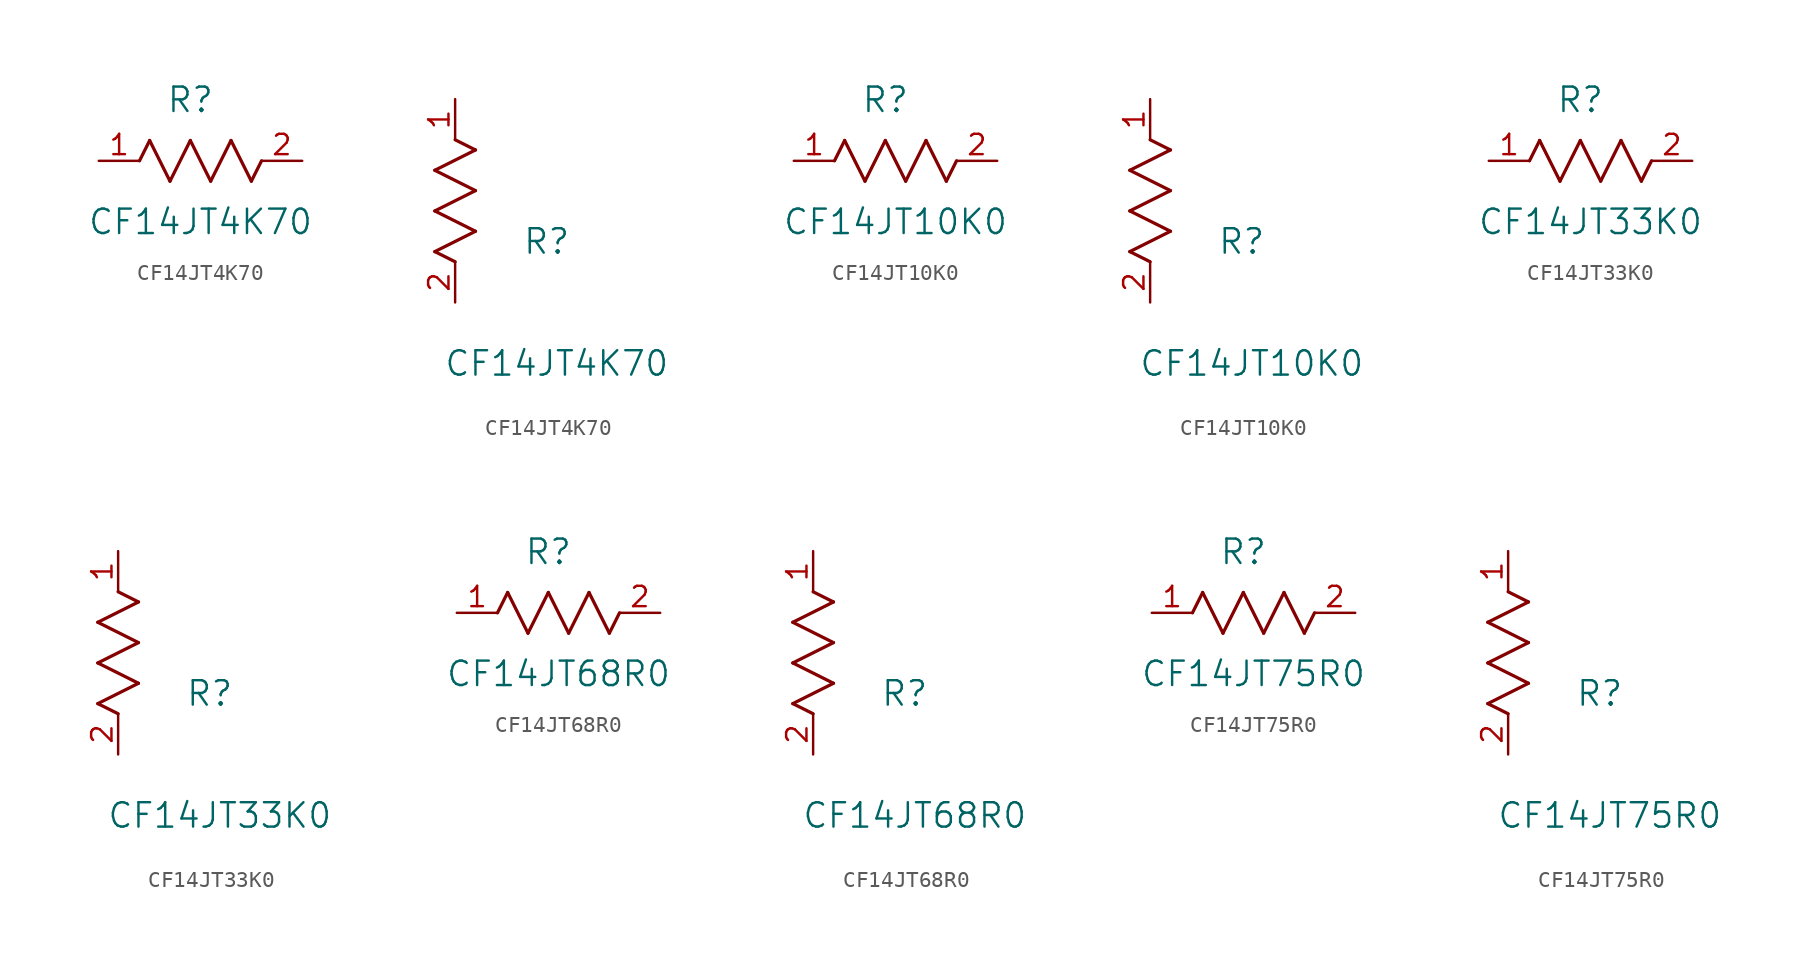
<source format=kicad_sym>
(kicad_symbol_lib
  (version 20211014)
  (generator SamacSys_ECAD_Model)
  (symbol "CF14JT4K70"
    (pin_names
      (offset 0.254))
    (property "Reference" "R"
      (at 5.715 3.81 0)
      (effects (font (size 1.524 1.524))))
    (property "Value" "CF14JT4K70"
      (at 6.35 -3.81 0)
      (effects (font (size 1.524 1.524))))
    (property "ki_locked" ""
      (at 0 0 0)
      (effects (font (size 1.27 1.27))))
    (symbol "CF14JT4K70_1_1"
      (polyline (pts (xy 2.54 0) (xy 3.175 1.27)) (stroke (width 0.203) (type default)) (fill (type none)))
      (polyline (pts (xy 3.175 1.27) (xy 4.445 -1.27)) (stroke (width 0.203) (type default)) (fill (type none)))
      (polyline (pts (xy 4.445 -1.27) (xy 5.715 1.27)) (stroke (width 0.203) (type default)) (fill (type none)))
      (polyline (pts (xy 5.715 1.27) (xy 6.985 -1.27)) (stroke (width 0.203) (type default)) (fill (type none)))
      (polyline (pts (xy 6.985 -1.27) (xy 8.255 1.27)) (stroke (width 0.203) (type default)) (fill (type none)))
      (polyline (pts (xy 8.255 1.27) (xy 9.525 -1.27)) (stroke (width 0.203) (type default)) (fill (type none)))
      (polyline (pts (xy 9.525 -1.27) (xy 10.16 0)) (stroke (width 0.203) (type default)) (fill (type none)))
      (pin unspecified line (at 0 0 0) (length 2.54) (name "" (effects (font (size 1.27 1.27)))) (number "1" (effects (font (size 1.27 1.27)))))
      (pin unspecified line (at 12.7 0 180) (length 2.54) (name "" (effects (font (size 1.27 1.27)))) (number "2" (effects (font (size 1.27 1.27))))))
    (symbol "CF14JT4K70_1_2"
      (polyline (pts (xy -1.27 8.255) (xy 1.27 9.525)) (stroke (width 0.203) (type default)) (fill (type none)))
      (polyline (pts (xy -1.27 5.715) (xy 1.27 6.985)) (stroke (width 0.203) (type default)) (fill (type none)))
      (polyline (pts (xy -1.27 3.175) (xy 1.27 4.445)) (stroke (width 0.203) (type default)) (fill (type none)))
      (polyline (pts (xy 0 2.54) (xy -1.27 3.175)) (stroke (width 0.203) (type default)) (fill (type none)))
      (polyline (pts (xy 1.27 9.525) (xy 0 10.16)) (stroke (width 0.203) (type default)) (fill (type none)))
      (polyline (pts (xy 1.27 6.985) (xy -1.27 8.255)) (stroke (width 0.203) (type default)) (fill (type none)))
      (polyline (pts (xy 1.27 4.445) (xy -1.27 5.715)) (stroke (width 0.203) (type default)) (fill (type none)))
      (pin unspecified line (at 0 12.7 270) (length 2.54) (name "" (effects (font (size 1.27 1.27)))) (number "1" (effects (font (size 1.27 1.27)))))
      (pin unspecified line (at 0 0 90) (length 2.54) (name "" (effects (font (size 1.27 1.27)))) (number "2" (effects (font (size 1.27 1.27)))))))
  (symbol "CF14JT10K0"
    (pin_names
      (offset 0.254))
    (property "Reference" "R"
      (at 5.715 3.81 0)
      (effects (font (size 1.524 1.524))))
    (property "Value" "CF14JT10K0"
      (at 6.35 -3.81 0)
      (effects (font (size 1.524 1.524))))
    (property "ki_locked" ""
      (at 0 0 0)
      (effects (font (size 1.27 1.27))))
    (symbol "CF14JT10K0_1_1"
      (polyline (pts (xy 2.54 0) (xy 3.175 1.27)) (stroke (width 0.203) (type default)) (fill (type none)))
      (polyline (pts (xy 3.175 1.27) (xy 4.445 -1.27)) (stroke (width 0.203) (type default)) (fill (type none)))
      (polyline (pts (xy 4.445 -1.27) (xy 5.715 1.27)) (stroke (width 0.203) (type default)) (fill (type none)))
      (polyline (pts (xy 5.715 1.27) (xy 6.985 -1.27)) (stroke (width 0.203) (type default)) (fill (type none)))
      (polyline (pts (xy 6.985 -1.27) (xy 8.255 1.27)) (stroke (width 0.203) (type default)) (fill (type none)))
      (polyline (pts (xy 8.255 1.27) (xy 9.525 -1.27)) (stroke (width 0.203) (type default)) (fill (type none)))
      (polyline (pts (xy 9.525 -1.27) (xy 10.16 0)) (stroke (width 0.203) (type default)) (fill (type none)))
      (pin unspecified line (at 0 0 0) (length 2.54) (name "" (effects (font (size 1.27 1.27)))) (number "1" (effects (font (size 1.27 1.27)))))
      (pin unspecified line (at 12.7 0 180) (length 2.54) (name "" (effects (font (size 1.27 1.27)))) (number "2" (effects (font (size 1.27 1.27))))))
    (symbol "CF14JT10K0_1_2"
      (polyline (pts (xy -1.27 8.255) (xy 1.27 9.525)) (stroke (width 0.203) (type default)) (fill (type none)))
      (polyline (pts (xy -1.27 5.715) (xy 1.27 6.985)) (stroke (width 0.203) (type default)) (fill (type none)))
      (polyline (pts (xy -1.27 3.175) (xy 1.27 4.445)) (stroke (width 0.203) (type default)) (fill (type none)))
      (polyline (pts (xy 0 2.54) (xy -1.27 3.175)) (stroke (width 0.203) (type default)) (fill (type none)))
      (polyline (pts (xy 1.27 9.525) (xy 0 10.16)) (stroke (width 0.203) (type default)) (fill (type none)))
      (polyline (pts (xy 1.27 6.985) (xy -1.27 8.255)) (stroke (width 0.203) (type default)) (fill (type none)))
      (polyline (pts (xy 1.27 4.445) (xy -1.27 5.715)) (stroke (width 0.203) (type default)) (fill (type none)))
      (pin unspecified line (at 0 12.7 270) (length 2.54) (name "" (effects (font (size 1.27 1.27)))) (number "1" (effects (font (size 1.27 1.27)))))
      (pin unspecified line (at 0 0 90) (length 2.54) (name "" (effects (font (size 1.27 1.27)))) (number "2" (effects (font (size 1.27 1.27)))))))
  (symbol "CF14JT33K0"
    (pin_names
      (offset 0.254))
    (property "Reference" "R"
      (at 5.715 3.81 0)
      (effects (font (size 1.524 1.524))))
    (property "Value" "CF14JT33K0"
      (at 6.35 -3.81 0)
      (effects (font (size 1.524 1.524))))
    (property "ki_locked" ""
      (at 0 0 0)
      (effects (font (size 1.27 1.27))))
    (symbol "CF14JT33K0_1_1"
      (polyline (pts (xy 2.54 0) (xy 3.175 1.27)) (stroke (width 0.203) (type default)) (fill (type none)))
      (polyline (pts (xy 3.175 1.27) (xy 4.445 -1.27)) (stroke (width 0.203) (type default)) (fill (type none)))
      (polyline (pts (xy 4.445 -1.27) (xy 5.715 1.27)) (stroke (width 0.203) (type default)) (fill (type none)))
      (polyline (pts (xy 5.715 1.27) (xy 6.985 -1.27)) (stroke (width 0.203) (type default)) (fill (type none)))
      (polyline (pts (xy 6.985 -1.27) (xy 8.255 1.27)) (stroke (width 0.203) (type default)) (fill (type none)))
      (polyline (pts (xy 8.255 1.27) (xy 9.525 -1.27)) (stroke (width 0.203) (type default)) (fill (type none)))
      (polyline (pts (xy 9.525 -1.27) (xy 10.16 0)) (stroke (width 0.203) (type default)) (fill (type none)))
      (pin unspecified line (at 0 0 0) (length 2.54) (name "" (effects (font (size 1.27 1.27)))) (number "1" (effects (font (size 1.27 1.27)))))
      (pin unspecified line (at 12.7 0 180) (length 2.54) (name "" (effects (font (size 1.27 1.27)))) (number "2" (effects (font (size 1.27 1.27))))))
    (symbol "CF14JT33K0_1_2"
      (polyline (pts (xy -1.27 8.255) (xy 1.27 9.525)) (stroke (width 0.203) (type default)) (fill (type none)))
      (polyline (pts (xy -1.27 5.715) (xy 1.27 6.985)) (stroke (width 0.203) (type default)) (fill (type none)))
      (polyline (pts (xy -1.27 3.175) (xy 1.27 4.445)) (stroke (width 0.203) (type default)) (fill (type none)))
      (polyline (pts (xy 0 2.54) (xy -1.27 3.175)) (stroke (width 0.203) (type default)) (fill (type none)))
      (polyline (pts (xy 1.27 9.525) (xy 0 10.16)) (stroke (width 0.203) (type default)) (fill (type none)))
      (polyline (pts (xy 1.27 6.985) (xy -1.27 8.255)) (stroke (width 0.203) (type default)) (fill (type none)))
      (polyline (pts (xy 1.27 4.445) (xy -1.27 5.715)) (stroke (width 0.203) (type default)) (fill (type none)))
      (pin unspecified line (at 0 12.7 270) (length 2.54) (name "" (effects (font (size 1.27 1.27)))) (number "1" (effects (font (size 1.27 1.27)))))
      (pin unspecified line (at 0 0 90) (length 2.54) (name "" (effects (font (size 1.27 1.27)))) (number "2" (effects (font (size 1.27 1.27)))))))
  (symbol "CF14JT68R0"
    (pin_names
      (offset 0.254))
    (property "Reference" "R"
      (at 5.715 3.81 0)
      (effects (font (size 1.524 1.524))))
    (property "Value" "CF14JT68R0"
      (at 6.35 -3.81 0)
      (effects (font (size 1.524 1.524))))
    (property "ki_locked" ""
      (at 0 0 0)
      (effects (font (size 1.27 1.27))))
    (symbol "CF14JT68R0_1_1"
      (polyline (pts (xy 2.54 0) (xy 3.175 1.27)) (stroke (width 0.203) (type default)) (fill (type none)))
      (polyline (pts (xy 3.175 1.27) (xy 4.445 -1.27)) (stroke (width 0.203) (type default)) (fill (type none)))
      (polyline (pts (xy 4.445 -1.27) (xy 5.715 1.27)) (stroke (width 0.203) (type default)) (fill (type none)))
      (polyline (pts (xy 5.715 1.27) (xy 6.985 -1.27)) (stroke (width 0.203) (type default)) (fill (type none)))
      (polyline (pts (xy 6.985 -1.27) (xy 8.255 1.27)) (stroke (width 0.203) (type default)) (fill (type none)))
      (polyline (pts (xy 8.255 1.27) (xy 9.525 -1.27)) (stroke (width 0.203) (type default)) (fill (type none)))
      (polyline (pts (xy 9.525 -1.27) (xy 10.16 0)) (stroke (width 0.203) (type default)) (fill (type none)))
      (pin unspecified line (at 0 0 0) (length 2.54) (name "" (effects (font (size 1.27 1.27)))) (number "1" (effects (font (size 1.27 1.27)))))
      (pin unspecified line (at 12.7 0 180) (length 2.54) (name "" (effects (font (size 1.27 1.27)))) (number "2" (effects (font (size 1.27 1.27))))))
    (symbol "CF14JT68R0_1_2"
      (polyline (pts (xy -1.27 8.255) (xy 1.27 9.525)) (stroke (width 0.203) (type default)) (fill (type none)))
      (polyline (pts (xy -1.27 5.715) (xy 1.27 6.985)) (stroke (width 0.203) (type default)) (fill (type none)))
      (polyline (pts (xy -1.27 3.175) (xy 1.27 4.445)) (stroke (width 0.203) (type default)) (fill (type none)))
      (polyline (pts (xy 0 2.54) (xy -1.27 3.175)) (stroke (width 0.203) (type default)) (fill (type none)))
      (polyline (pts (xy 1.27 9.525) (xy 0 10.16)) (stroke (width 0.203) (type default)) (fill (type none)))
      (polyline (pts (xy 1.27 6.985) (xy -1.27 8.255)) (stroke (width 0.203) (type default)) (fill (type none)))
      (polyline (pts (xy 1.27 4.445) (xy -1.27 5.715)) (stroke (width 0.203) (type default)) (fill (type none)))
      (pin unspecified line (at 0 12.7 270) (length 2.54) (name "" (effects (font (size 1.27 1.27)))) (number "1" (effects (font (size 1.27 1.27)))))
      (pin unspecified line (at 0 0 90) (length 2.54) (name "" (effects (font (size 1.27 1.27)))) (number "2" (effects (font (size 1.27 1.27)))))))
  (symbol "CF14JT75R0"
    (pin_names
      (offset 0.254))
    (property "Reference" "R"
      (at 5.715 3.81 0)
      (effects (font (size 1.524 1.524))))
    (property "Value" "CF14JT75R0"
      (at 6.35 -3.81 0)
      (effects (font (size 1.524 1.524))))
    (property "ki_locked" ""
      (at 0 0 0)
      (effects (font (size 1.27 1.27))))
    (symbol "CF14JT75R0_1_1"
      (polyline (pts (xy 2.54 0) (xy 3.175 1.27)) (stroke (width 0.203) (type default)) (fill (type none)))
      (polyline (pts (xy 3.175 1.27) (xy 4.445 -1.27)) (stroke (width 0.203) (type default)) (fill (type none)))
      (polyline (pts (xy 4.445 -1.27) (xy 5.715 1.27)) (stroke (width 0.203) (type default)) (fill (type none)))
      (polyline (pts (xy 5.715 1.27) (xy 6.985 -1.27)) (stroke (width 0.203) (type default)) (fill (type none)))
      (polyline (pts (xy 6.985 -1.27) (xy 8.255 1.27)) (stroke (width 0.203) (type default)) (fill (type none)))
      (polyline (pts (xy 8.255 1.27) (xy 9.525 -1.27)) (stroke (width 0.203) (type default)) (fill (type none)))
      (polyline (pts (xy 9.525 -1.27) (xy 10.16 0)) (stroke (width 0.203) (type default)) (fill (type none)))
      (pin unspecified line (at 0 0 0) (length 2.54) (name "" (effects (font (size 1.27 1.27)))) (number "1" (effects (font (size 1.27 1.27)))))
      (pin unspecified line (at 12.7 0 180) (length 2.54) (name "" (effects (font (size 1.27 1.27)))) (number "2" (effects (font (size 1.27 1.27))))))
    (symbol "CF14JT75R0_1_2"
      (polyline (pts (xy -1.27 8.255) (xy 1.27 9.525)) (stroke (width 0.203) (type default)) (fill (type none)))
      (polyline (pts (xy -1.27 5.715) (xy 1.27 6.985)) (stroke (width 0.203) (type default)) (fill (type none)))
      (polyline (pts (xy -1.27 3.175) (xy 1.27 4.445)) (stroke (width 0.203) (type default)) (fill (type none)))
      (polyline (pts (xy 0 2.54) (xy -1.27 3.175)) (stroke (width 0.203) (type default)) (fill (type none)))
      (polyline (pts (xy 1.27 9.525) (xy 0 10.16)) (stroke (width 0.203) (type default)) (fill (type none)))
      (polyline (pts (xy 1.27 6.985) (xy -1.27 8.255)) (stroke (width 0.203) (type default)) (fill (type none)))
      (polyline (pts (xy 1.27 4.445) (xy -1.27 5.715)) (stroke (width 0.203) (type default)) (fill (type none)))
      (pin unspecified line (at 0 12.7 270) (length 2.54) (name "" (effects (font (size 1.27 1.27)))) (number "1" (effects (font (size 1.27 1.27)))))
      (pin unspecified line (at 0 0 90) (length 2.54) (name "" (effects (font (size 1.27 1.27)))) (number "2" (effects (font (size 1.27 1.27))))))))
</source>
